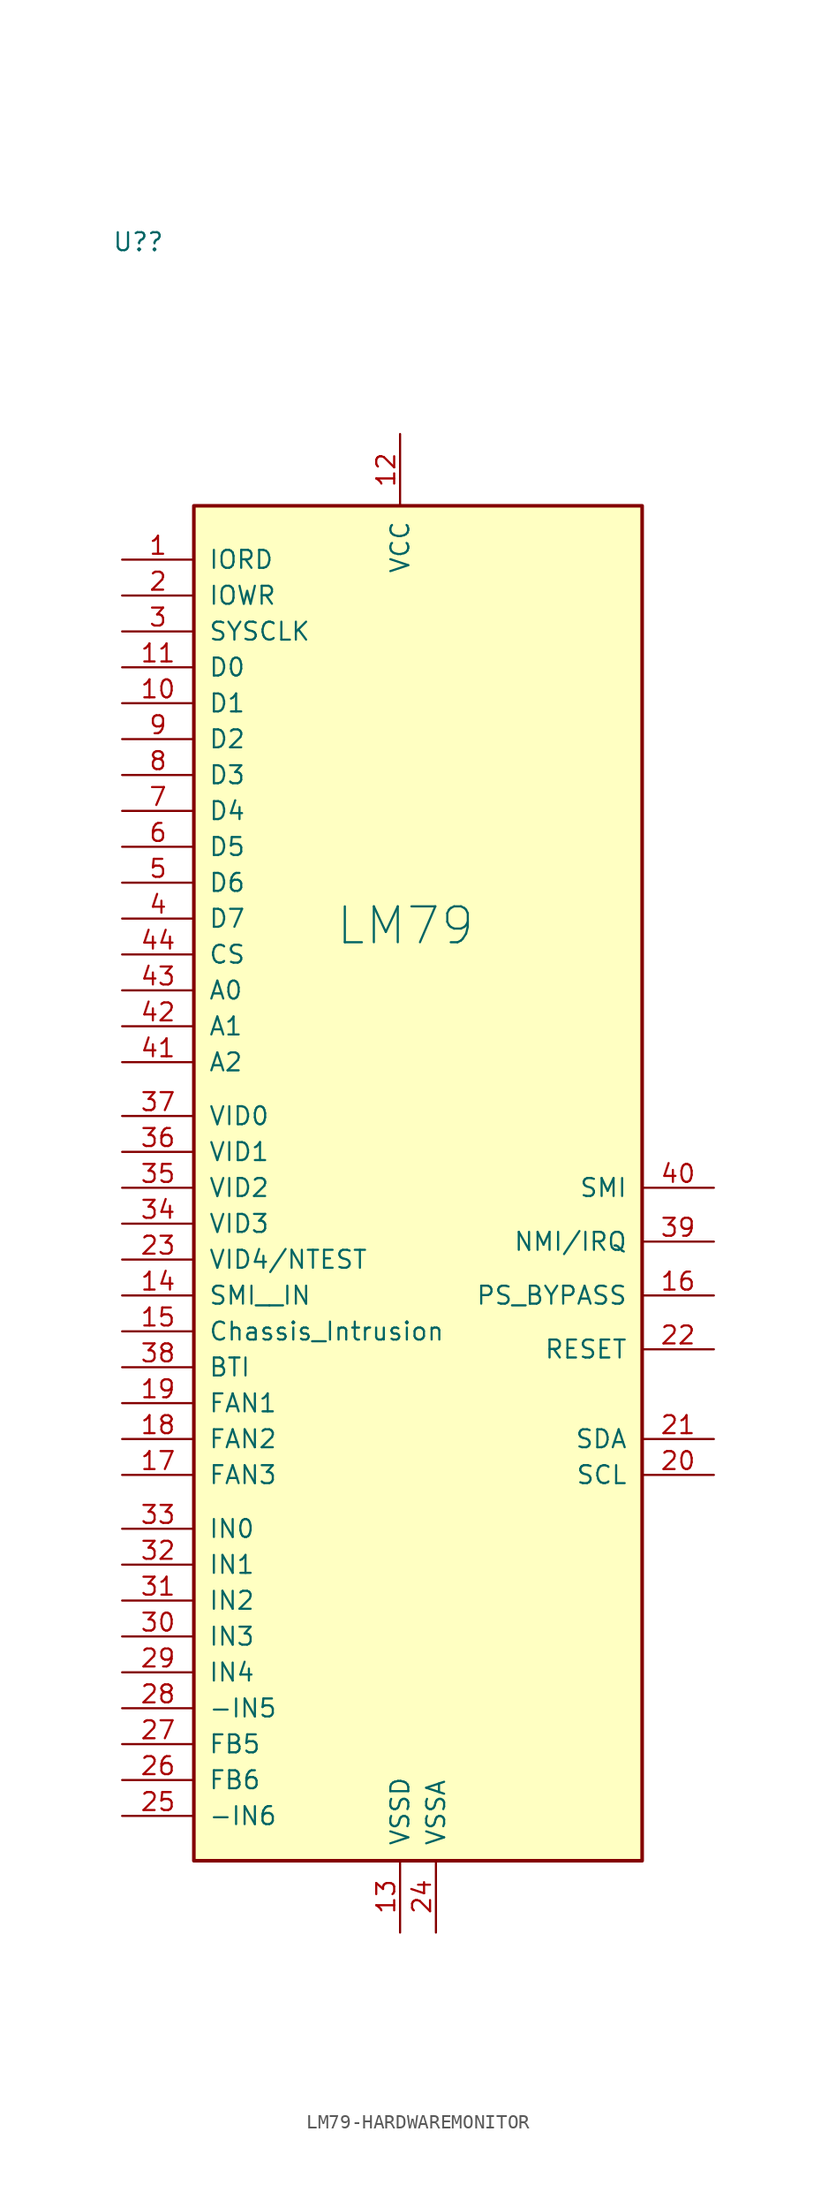
<source format=kicad_sym>
(kicad_symbol_lib
  (version 20240819)
  (generator "kicad_symbol_editor")
  (generator_version "8.99")
  (symbol "LM79-HARDWAREMONITOR"
    (pin_names
      (offset 1.016))
    (property "Reference" "U?"
      (at -58.547 60.579 0)
      (effects (font (size 1.27 1.27))))
    (property "Value" "LM79"
      (at -39.624 12.192 0)
      (effects (font (size 2.54 2.54))))
    (symbol "LM79-HARDWAREMONITOR_0_1"
      (rectangle (start -54.61 41.91) (end -22.86 -53.975) (stroke (width 0.254) (type default)) (fill (type background))))
    (symbol "LM79-HARDWAREMONITOR_1_1"
      (pin input line (at -59.69 38.1 0) (length 5.08) (name "IORD" (effects (font (size 1.27 1.27)))) (number "1" (effects (font (size 1.27 1.27)))))
      (pin input line (at -59.69 35.56 0) (length 5.08) (name "IOWR" (effects (font (size 1.27 1.27)))) (number "2" (effects (font (size 1.27 1.27)))))
      (pin input line (at -59.69 33.02 0) (length 5.08) (name "SYSCLK" (effects (font (size 1.27 1.27)))) (number "3" (effects (font (size 1.27 1.27)))))
      (pin bidirectional line (at -59.69 30.48 0) (length 5.08) (name "D0" (effects (font (size 1.27 1.27)))) (number "11" (effects (font (size 1.27 1.27)))))
      (pin bidirectional line (at -59.69 27.94 0) (length 5.08) (name "D1" (effects (font (size 1.27 1.27)))) (number "10" (effects (font (size 1.27 1.27)))))
      (pin bidirectional line (at -59.69 25.4 0) (length 5.08) (name "D2" (effects (font (size 1.27 1.27)))) (number "9" (effects (font (size 1.27 1.27)))))
      (pin bidirectional line (at -59.69 22.86 0) (length 5.08) (name "D3" (effects (font (size 1.27 1.27)))) (number "8" (effects (font (size 1.27 1.27)))))
      (pin bidirectional line (at -59.69 20.32 0) (length 5.08) (name "D4" (effects (font (size 1.27 1.27)))) (number "7" (effects (font (size 1.27 1.27)))))
      (pin bidirectional line (at -59.69 17.78 0) (length 5.08) (name "D5" (effects (font (size 1.27 1.27)))) (number "6" (effects (font (size 1.27 1.27)))))
      (pin bidirectional line (at -59.69 15.24 0) (length 5.08) (name "D6" (effects (font (size 1.27 1.27)))) (number "5" (effects (font (size 1.27 1.27)))))
      (pin bidirectional line (at -59.69 12.7 0) (length 5.08) (name "D7" (effects (font (size 1.27 1.27)))) (number "4" (effects (font (size 1.27 1.27)))))
      (pin input line (at -59.69 10.16 0) (length 5.08) (name "CS" (effects (font (size 1.27 1.27)))) (number "44" (effects (font (size 1.27 1.27)))))
      (pin input line (at -59.69 7.62 0) (length 5.08) (name "A0" (effects (font (size 1.27 1.27)))) (number "43" (effects (font (size 1.27 1.27)))))
      (pin input line (at -59.69 5.08 0) (length 5.08) (name "A1" (effects (font (size 1.27 1.27)))) (number "42" (effects (font (size 1.27 1.27)))))
      (pin input line (at -59.69 2.54 0) (length 5.08) (name "A2" (effects (font (size 1.27 1.27)))) (number "41" (effects (font (size 1.27 1.27)))))
      (pin input line (at -59.69 -1.27 0) (length 5.08) (name "VID0" (effects (font (size 1.27 1.27)))) (number "37" (effects (font (size 1.27 1.27)))))
      (pin input line (at -59.69 -3.81 0) (length 5.08) (name "VID1" (effects (font (size 1.27 1.27)))) (number "36" (effects (font (size 1.27 1.27)))))
      (pin input line (at -59.69 -6.35 0) (length 5.08) (name "VID2" (effects (font (size 1.27 1.27)))) (number "35" (effects (font (size 1.27 1.27)))))
      (pin input line (at -59.69 -8.89 0) (length 5.08) (name "VID3" (effects (font (size 1.27 1.27)))) (number "34" (effects (font (size 1.27 1.27)))))
      (pin unspecified line (at -59.69 -11.43 0) (length 5.08) (name "VID4/NTEST" (effects (font (size 1.27 1.27)))) (number "23" (effects (font (size 1.27 1.27)))))
      (pin input line (at -59.69 -13.97 0) (length 5.08) (name "SMI__IN" (effects (font (size 1.27 1.27)))) (number "14" (effects (font (size 1.27 1.27)))))
      (pin bidirectional line (at -59.69 -16.51 0) (length 5.08) (name "Chassis_Intrusion" (effects (font (size 1.27 1.27)))) (number "15" (effects (font (size 1.27 1.27)))))
      (pin input line (at -59.69 -19.05 0) (length 5.08) (name "BTI" (effects (font (size 1.27 1.27)))) (number "38" (effects (font (size 1.27 1.27)))))
      (pin input line (at -59.69 -21.59 0) (length 5.08) (name "FAN1" (effects (font (size 1.27 1.27)))) (number "19" (effects (font (size 1.27 1.27)))))
      (pin input line (at -59.69 -24.13 0) (length 5.08) (name "FAN2" (effects (font (size 1.27 1.27)))) (number "18" (effects (font (size 1.27 1.27)))))
      (pin input line (at -59.69 -26.67 0) (length 5.08) (name "FAN3" (effects (font (size 1.27 1.27)))) (number "17" (effects (font (size 1.27 1.27)))))
      (pin input line (at -59.69 -30.48 0) (length 5.08) (name "IN0" (effects (font (size 1.27 1.27)))) (number "33" (effects (font (size 1.27 1.27)))))
      (pin input line (at -59.69 -33.02 0) (length 5.08) (name "IN1" (effects (font (size 1.27 1.27)))) (number "32" (effects (font (size 1.27 1.27)))))
      (pin input line (at -59.69 -35.56 0) (length 5.08) (name "IN2" (effects (font (size 1.27 1.27)))) (number "31" (effects (font (size 1.27 1.27)))))
      (pin input line (at -59.69 -38.1 0) (length 5.08) (name "IN3" (effects (font (size 1.27 1.27)))) (number "30" (effects (font (size 1.27 1.27)))))
      (pin input line (at -59.69 -40.64 0) (length 5.08) (name "IN4" (effects (font (size 1.27 1.27)))) (number "29" (effects (font (size 1.27 1.27)))))
      (pin input line (at -59.69 -43.18 0) (length 5.08) (name "−IN5" (effects (font (size 1.27 1.27)))) (number "28" (effects (font (size 1.27 1.27)))))
      (pin output line (at -59.69 -45.72 0) (length 5.08) (name "FB5" (effects (font (size 1.27 1.27)))) (number "27" (effects (font (size 1.27 1.27)))))
      (pin output line (at -59.69 -48.26 0) (length 5.08) (name "FB6" (effects (font (size 1.27 1.27)))) (number "26" (effects (font (size 1.27 1.27)))))
      (pin input line (at -59.69 -50.8 0) (length 5.08) (name "−IN6" (effects (font (size 1.27 1.27)))) (number "25" (effects (font (size 1.27 1.27)))))
      (pin power_out line (at -40.005 46.99 270) (length 5.08) (name "VCC" (effects (font (size 1.27 1.27)))) (number "12" (effects (font (size 1.27 1.27)))))
      (pin power_out line (at -40.005 -59.055 90) (length 5.08) (name "VSSD" (effects (font (size 1.27 1.27)))) (number "13" (effects (font (size 1.27 1.27)))))
      (pin power_out line (at -37.465 -59.055 90) (length 5.08) (name "VSSA" (effects (font (size 1.27 1.27)))) (number "24" (effects (font (size 1.27 1.27)))))
      (pin output line (at -17.78 -6.35 180) (length 5.08) (name "SMI" (effects (font (size 1.27 1.27)))) (number "40" (effects (font (size 1.27 1.27)))))
      (pin output line (at -17.78 -10.16 180) (length 5.08) (name "NMI/IRQ" (effects (font (size 1.27 1.27)))) (number "39" (effects (font (size 1.27 1.27)))))
      (pin output line (at -17.78 -13.97 180) (length 5.08) (name "PS_BYPASS" (effects (font (size 1.27 1.27)))) (number "16" (effects (font (size 1.27 1.27)))))
      (pin output line (at -17.78 -17.78 180) (length 5.08) (name "RESET" (effects (font (size 1.27 1.27)))) (number "22" (effects (font (size 1.27 1.27)))))
      (pin bidirectional line (at -17.78 -24.13 180) (length 5.08) (name "SDA" (effects (font (size 1.27 1.27)))) (number "21" (effects (font (size 1.27 1.27)))))
      (pin input line (at -17.78 -26.67 180) (length 5.08) (name "SCL" (effects (font (size 1.27 1.27)))) (number "20" (effects (font (size 1.27 1.27))))))))
</source>
